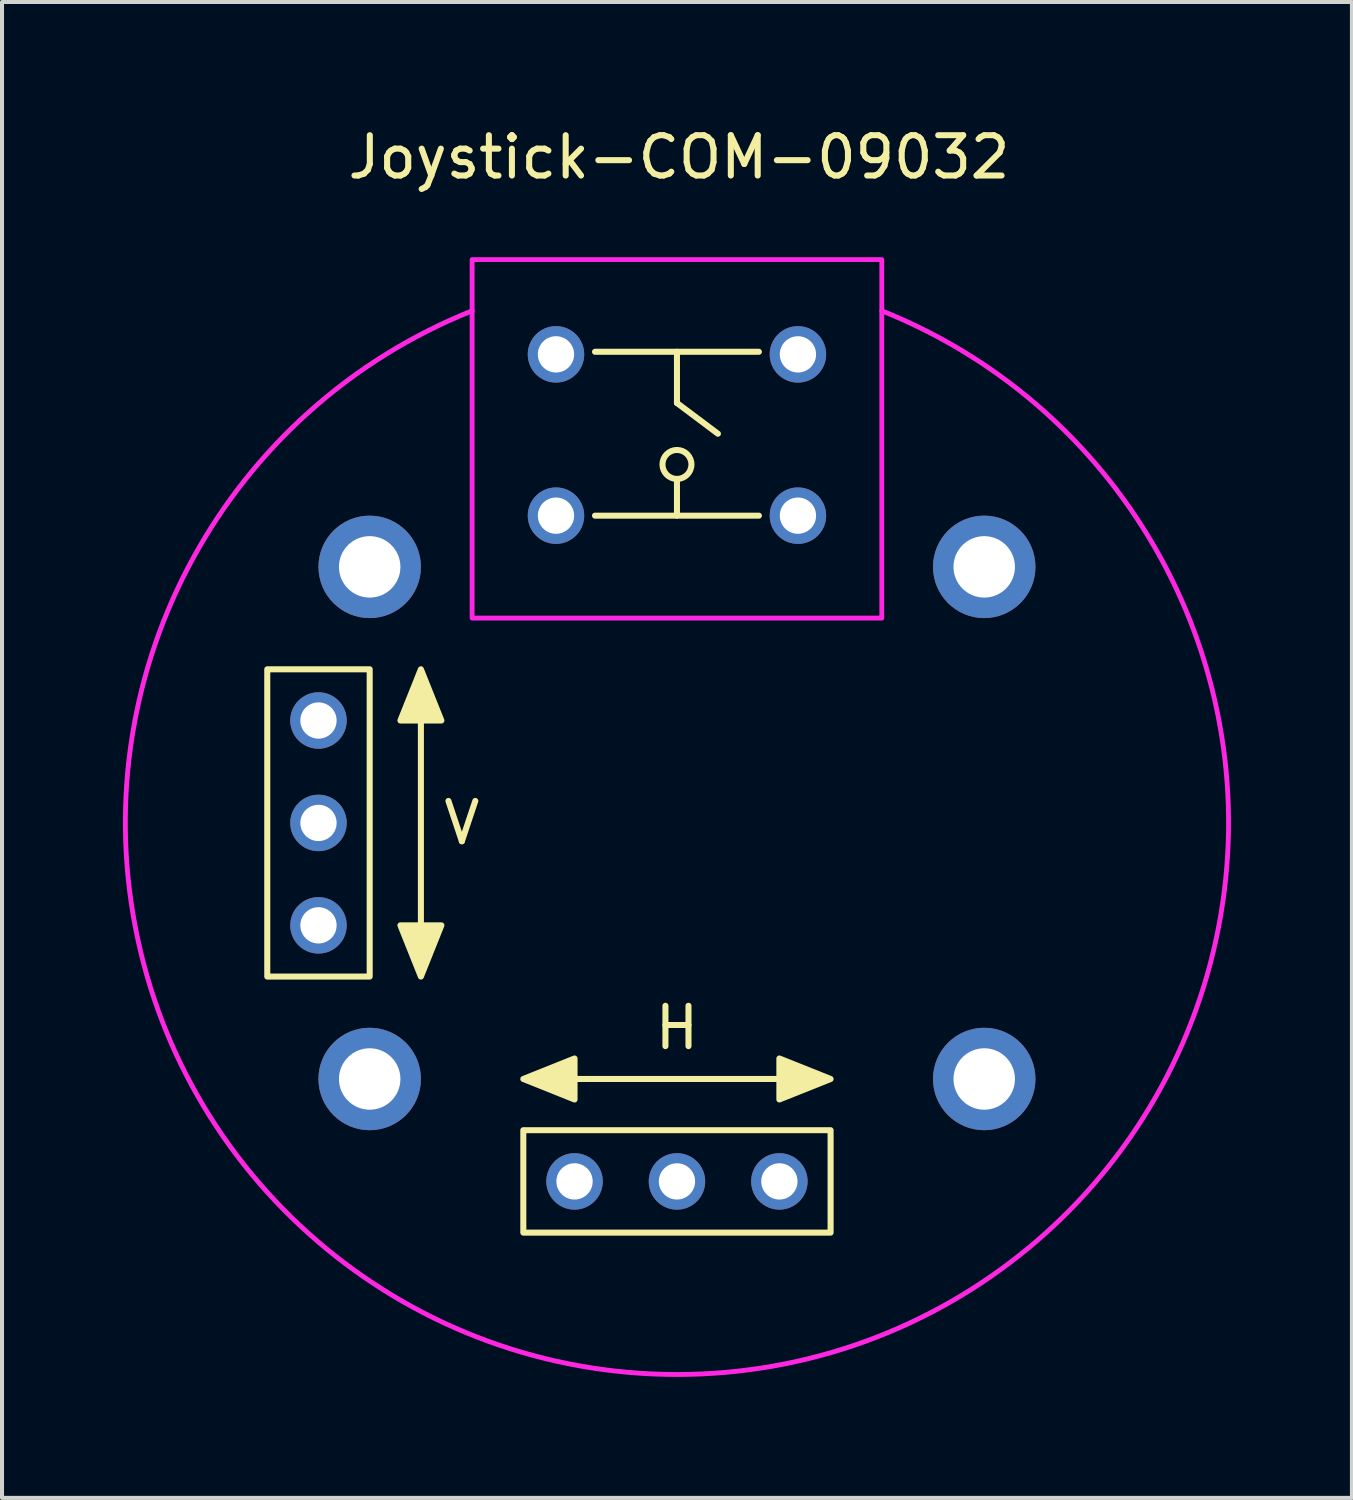
<source format=kicad_pcb>
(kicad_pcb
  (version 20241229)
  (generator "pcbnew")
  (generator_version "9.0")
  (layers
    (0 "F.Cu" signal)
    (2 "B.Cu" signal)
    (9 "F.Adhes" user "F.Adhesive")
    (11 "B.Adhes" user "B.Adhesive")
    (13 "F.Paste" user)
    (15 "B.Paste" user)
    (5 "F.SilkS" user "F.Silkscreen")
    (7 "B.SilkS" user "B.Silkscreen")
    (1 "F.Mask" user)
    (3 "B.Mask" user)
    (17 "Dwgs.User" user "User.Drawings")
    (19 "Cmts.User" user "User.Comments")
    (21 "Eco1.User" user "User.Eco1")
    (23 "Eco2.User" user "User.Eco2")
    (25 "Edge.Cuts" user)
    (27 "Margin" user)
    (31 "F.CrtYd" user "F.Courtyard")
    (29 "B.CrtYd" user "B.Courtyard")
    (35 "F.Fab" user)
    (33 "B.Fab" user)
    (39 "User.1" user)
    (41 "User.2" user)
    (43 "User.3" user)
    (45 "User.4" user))
  (footprint "Joystick-COM-09032"
    (layer "F.Cu")
    (at 13.738 17.358)
    (property "Reference" "Joystick-COM-09032" (at 0.05 -16.51 0) (unlocked yes) (layer "F.SilkS") (effects (font (size 1 1) (thickness 0.15))))
    (attr through_hole)
    (fp_line (start -6.35 -2.54) (end -6.35 2.54) (stroke (width 0.15) (type solid)) (layer "F.SilkS"))
    (fp_line (start -2.54 6.35) (end 2.54 6.35) (stroke (width 0.15) (type solid)) (layer "F.SilkS"))
    (fp_line (start -2.032 -11.684) (end 2.032 -11.684) (stroke (width 0.15) (type solid)) (layer "F.SilkS"))
    (fp_line (start -2.032 -7.62) (end 2.032 -7.62) (stroke (width 0.15) (type solid)) (layer "F.SilkS"))
    (fp_line (start 0 -11.684) (end 0 -10.414) (stroke (width 0.15) (type solid)) (layer "F.SilkS"))
    (fp_line (start 0 -10.414) (end 1.016 -9.652) (stroke (width 0.15) (type solid)) (layer "F.SilkS"))
    (fp_line (start 0 -7.62) (end 0 -8.531) (stroke (width 0.15) (type solid)) (layer "F.SilkS"))
    (fp_rect (start -10.16 -3.81) (end -7.62 3.81) (stroke (width 0.15) (type solid)) (fill no) (layer "F.SilkS"))
    (fp_rect (start -3.81 7.62) (end 3.81 10.16) (stroke (width 0.15) (type solid)) (fill no) (layer "F.SilkS"))
    (fp_circle (center 0 -8.89) (end 0.254 -8.636) (stroke (width 0.15) (type solid)) (fill no) (layer "F.SilkS"))
    (fp_poly (pts (xy -6.858 2.54) (xy -5.842 2.54) (xy -6.35 3.81)) (stroke (width 0.15) (type solid)) (fill yes) (layer "F.SilkS"))
    (fp_poly (pts (xy -5.842 -2.54) (xy -6.858 -2.54) (xy -6.35 -3.81)) (stroke (width 0.15) (type solid)) (fill yes) (layer "F.SilkS"))
    (fp_poly (pts (xy -3.81 6.35) (xy -2.54 5.842) (xy -2.54 6.858)) (stroke (width 0.15) (type solid)) (fill yes) (layer "F.SilkS"))
    (fp_poly (pts (xy 3.81 6.35) (xy 2.54 6.858) (xy 2.54 5.842)) (stroke (width 0.15) (type solid)) (fill yes) (layer "F.SilkS"))
    (fp_rect (start -5.08 -13.97) (end 5.08 -5.08) (stroke (width 0.12) (type solid)) (fill no) (layer "F.CrtYd"))
    (fp_arc (start 5.08 -12.699999) (mid 0 13.678318) (end -5.08 -12.699999) (stroke (width 0.12) (type solid)) (layer "F.CrtYd"))
    (fp_text user "V" (at -5.334 0 0) (unlocked yes) (layer "F.SilkS") (effects (font (size 1 1) (thickness 0.15))))
    (fp_text user "H" (at 0 5.08 0) (unlocked yes) (layer "F.SilkS") (effects (font (size 1 1) (thickness 0.15))))
    (pad "1" thru_hole circle (at -8.89 0 90) (size 1.4 1.4) (drill 0.9) (layers "*.Cu" "*.Mask"))
    (pad "2" thru_hole circle (at 0 8.89) (size 1.4 1.4) (drill 0.9) (layers "*.Cu" "*.Mask"))
    (pad "3" thru_hole circle (at -3 -11.62) (size 1.4 1.4) (drill 0.9) (layers "*.Cu" "*.Mask"))
    (pad "3" thru_hole circle (at 3 -11.62) (size 1.4 1.4) (drill 0.9) (layers "*.Cu" "*.Mask"))
    (pad "4" thru_hole circle (at -3 -7.62) (size 1.4 1.4) (drill 0.9) (layers "*.Cu" "*.Mask"))
    (pad "4" thru_hole circle (at 3 -7.62) (size 1.4 1.4) (drill 0.9) (layers "*.Cu" "*.Mask"))
    (pad "5" thru_hole circle (at 2.54 8.89) (size 1.4 1.4) (drill 0.9) (layers "*.Cu" "*.Mask"))
    (pad "6" thru_hole circle (at -2.54 8.89) (size 1.4 1.4) (drill 0.9) (layers "*.Cu" "*.Mask"))
    (pad "7" thru_hole circle (at -8.89 2.54 90) (size 1.4 1.4) (drill 0.9) (layers "*.Cu" "*.Mask"))
    (pad "8" thru_hole circle (at -8.89 -2.54 90) (size 1.4 1.4) (drill 0.9) (layers "*.Cu" "*.Mask"))
    (pad "9" thru_hole circle (at -7.62 -6.35) (size 2.54 2.54) (drill 1.524) (layers "*.Cu" "*.Mask"))
    (pad "9" thru_hole circle (at -7.62 6.35) (size 2.54 2.54) (drill 1.524) (layers "*.Cu" "*.Mask"))
    (pad "9" thru_hole circle (at 7.62 -6.35) (size 2.54 2.54) (drill 1.524) (layers "*.Cu" "*.Mask"))
    (pad "9" thru_hole circle (at 7.62 6.35) (size 2.54 2.54) (drill 1.524) (layers "*.Cu" "*.Mask")))
  (gr_rect
    (start -3 -3)
    (end 30.477 34.097)
    (stroke (width 0.1) (type default))
    (fill no)
    (layer "Edge.Cuts")))
</source>
